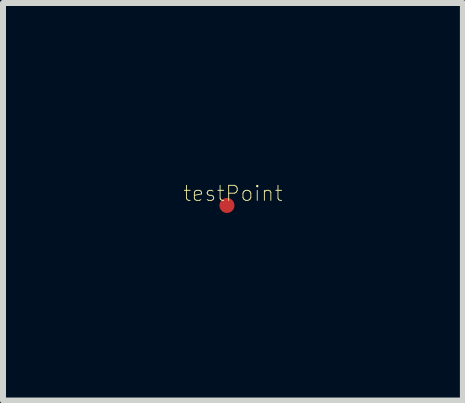
<source format=kicad_pcb>
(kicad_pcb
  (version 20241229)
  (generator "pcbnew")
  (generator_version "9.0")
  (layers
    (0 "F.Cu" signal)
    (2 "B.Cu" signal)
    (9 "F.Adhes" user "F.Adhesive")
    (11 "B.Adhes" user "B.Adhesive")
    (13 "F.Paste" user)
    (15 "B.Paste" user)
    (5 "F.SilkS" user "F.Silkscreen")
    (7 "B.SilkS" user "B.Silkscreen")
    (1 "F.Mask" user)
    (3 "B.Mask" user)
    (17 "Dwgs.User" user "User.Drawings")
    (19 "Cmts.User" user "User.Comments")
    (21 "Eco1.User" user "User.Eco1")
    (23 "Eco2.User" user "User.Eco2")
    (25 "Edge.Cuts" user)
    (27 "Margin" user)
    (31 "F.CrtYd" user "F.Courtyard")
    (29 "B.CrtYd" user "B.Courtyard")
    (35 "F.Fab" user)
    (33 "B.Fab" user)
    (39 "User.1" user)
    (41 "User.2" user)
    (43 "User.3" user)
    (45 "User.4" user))
  (footprint "testPoint"
    (layer "F.Cu")
    (at 0.731 0.373)
    (property "Reference" "testPoint" (at 0.1 -0.2 0) (layer "F.SilkS") (effects (font (size 0.25 0.25) (thickness 0.015))))
    (attr through_hole)
    (pad "1" smd circle (at 0 0) (size 0.25 0.25) (layers "F.Cu" "F.Mask" "F.Paste")))
  (gr_rect
    (start -3 -3)
    (end 4.662 3.623)
    (stroke (width 0.1) (type default))
    (fill no)
    (layer "Edge.Cuts")))
</source>
